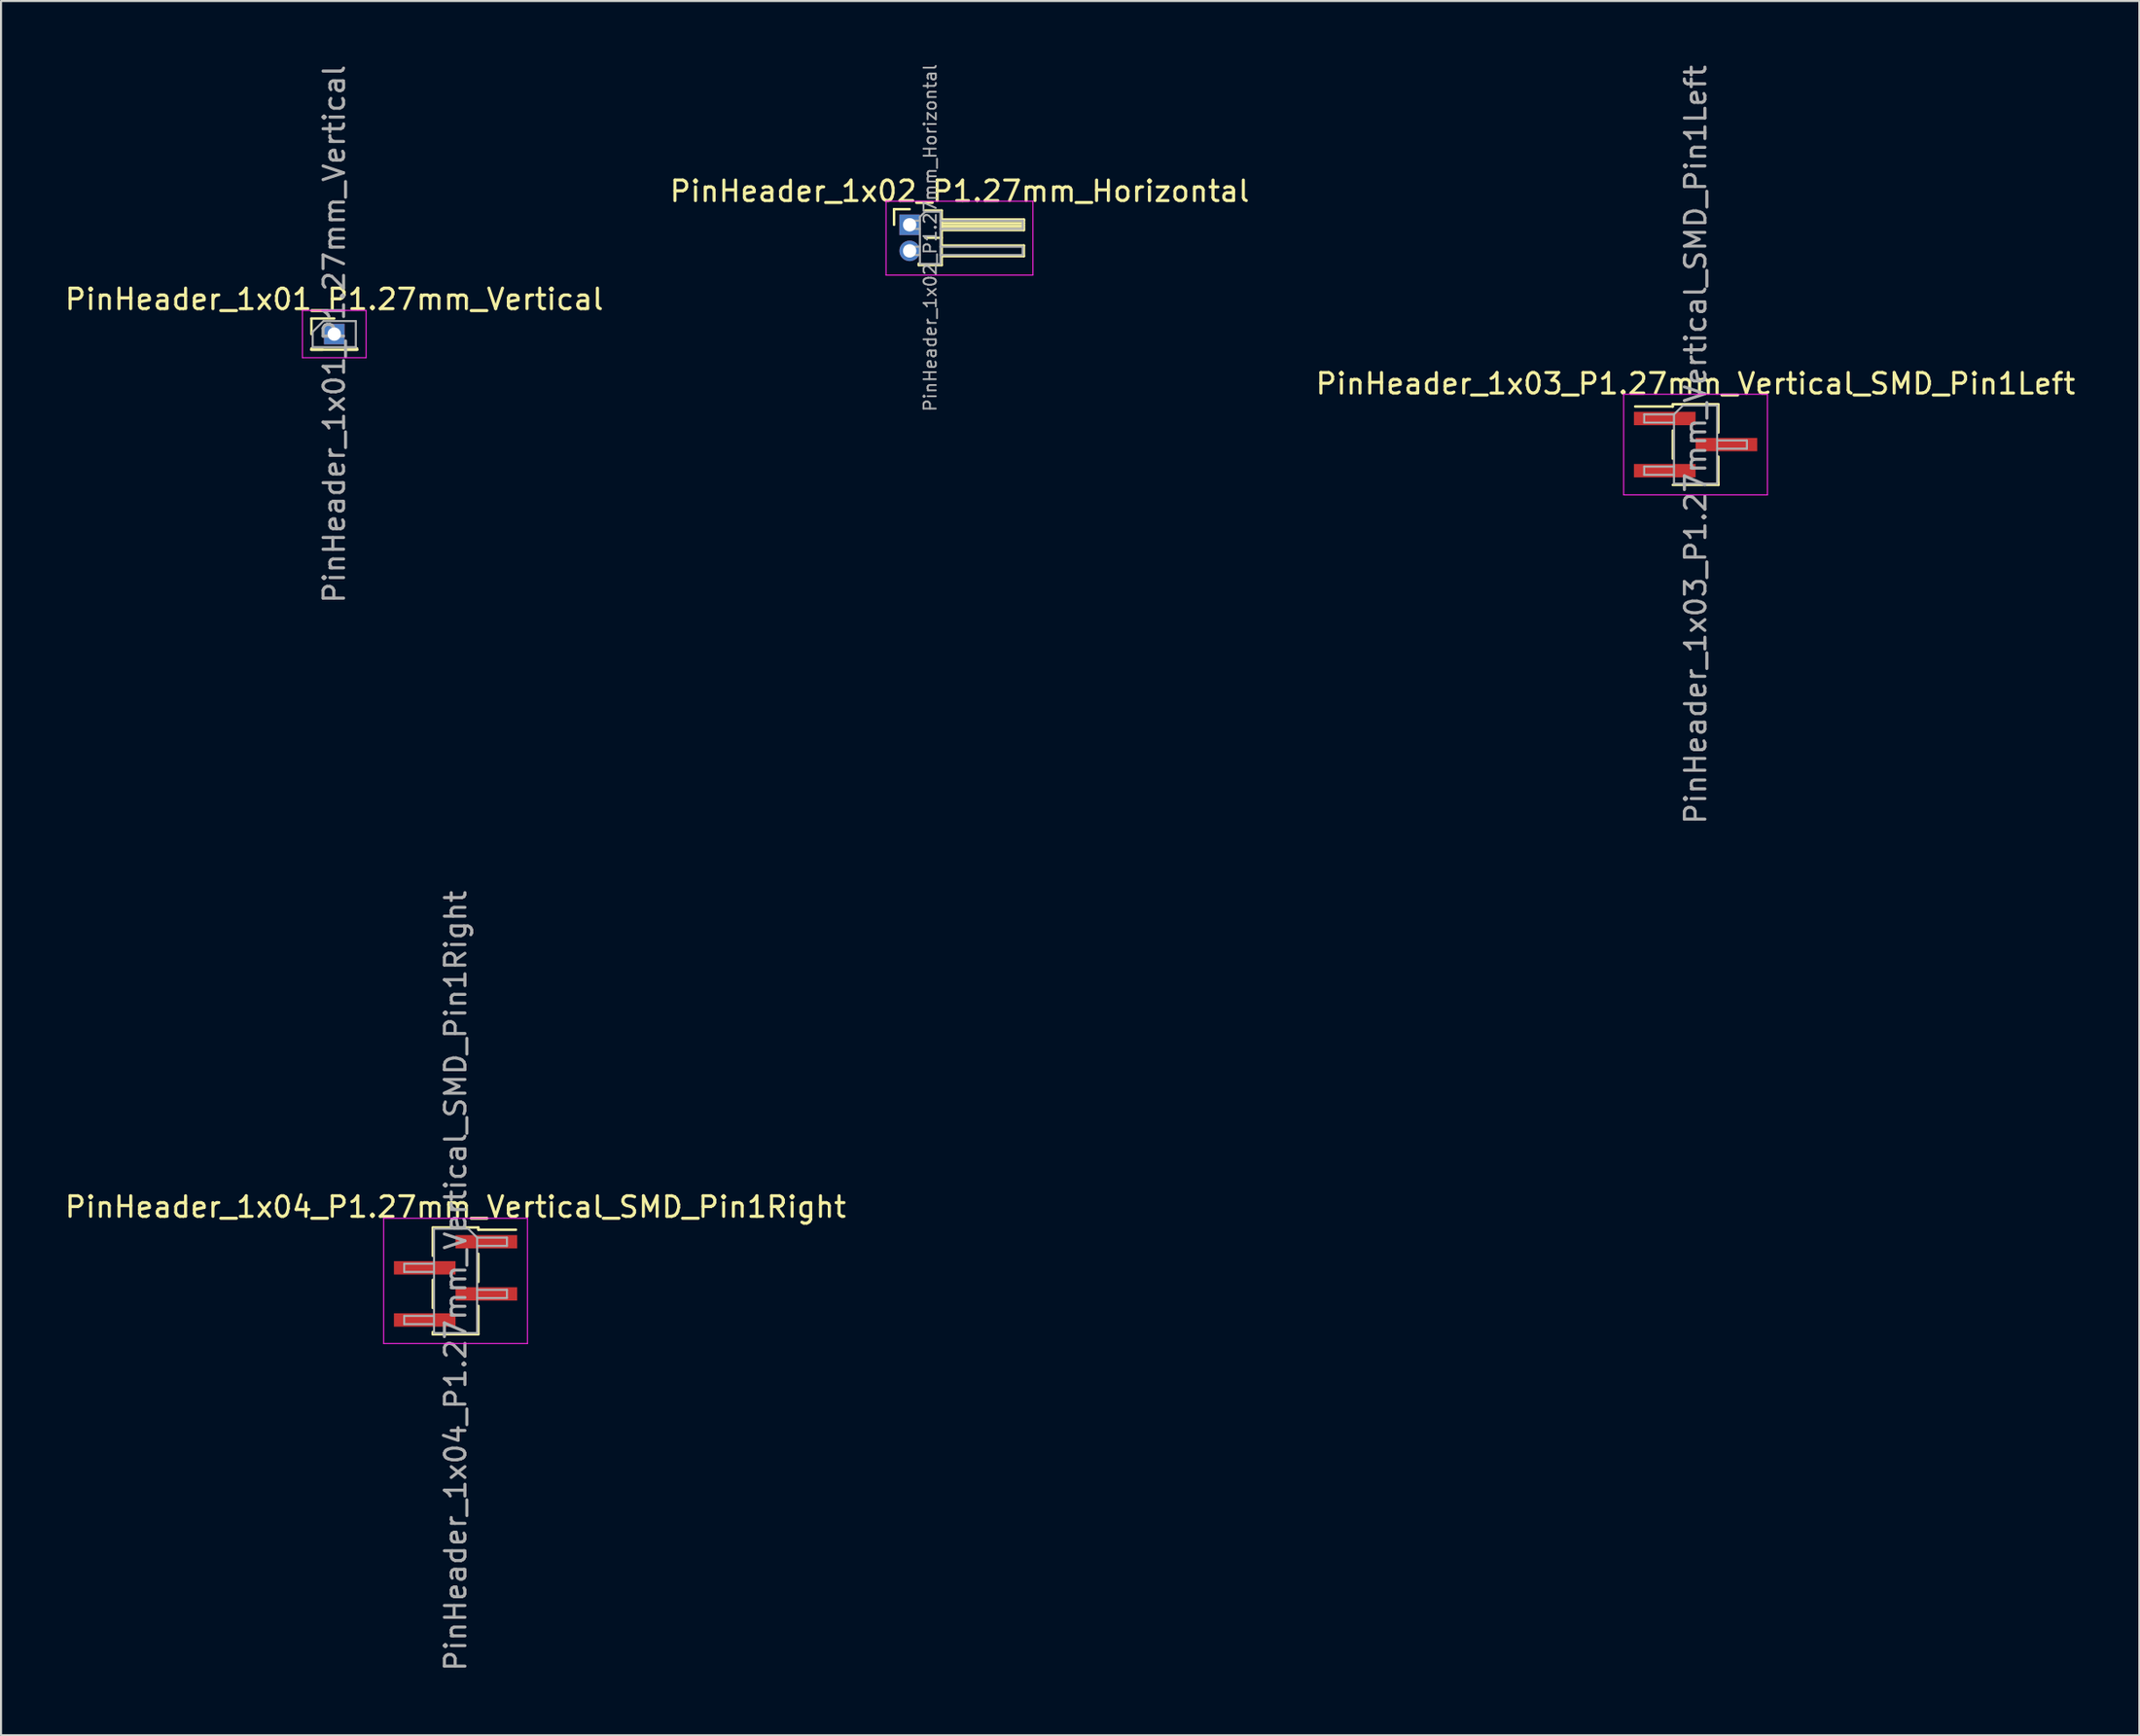
<source format=kicad_pcb>
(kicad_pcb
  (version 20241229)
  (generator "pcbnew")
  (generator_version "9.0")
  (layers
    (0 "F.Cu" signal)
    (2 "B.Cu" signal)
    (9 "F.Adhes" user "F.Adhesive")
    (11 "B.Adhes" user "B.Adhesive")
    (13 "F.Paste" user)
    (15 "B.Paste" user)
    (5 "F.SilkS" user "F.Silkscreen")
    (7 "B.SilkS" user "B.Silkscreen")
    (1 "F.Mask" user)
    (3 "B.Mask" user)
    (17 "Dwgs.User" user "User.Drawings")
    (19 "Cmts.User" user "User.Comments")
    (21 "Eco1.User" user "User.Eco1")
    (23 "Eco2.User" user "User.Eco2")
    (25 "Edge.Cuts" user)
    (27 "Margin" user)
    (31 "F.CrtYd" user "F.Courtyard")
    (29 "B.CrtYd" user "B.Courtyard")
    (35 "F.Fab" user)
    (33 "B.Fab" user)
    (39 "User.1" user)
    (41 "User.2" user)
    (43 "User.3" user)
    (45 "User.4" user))
  (footprint "PinHeader_1x01_P1.27mm_Vertical"
    (layer "F.Cu")
    (at 13.22 13.22)
    (property "Reference" "PinHeader_1x01_P1.27mm_Vertical" (at 0 -1.695 0) (layer "F.SilkS") (effects (font (size 1 1) (thickness 0.15))))
    (attr through_hole)
    (fp_line (start -1.11 -0.76) (end 0 -0.76) (stroke (width 0.12) (type solid)) (layer "F.SilkS"))
    (fp_line (start -1.11 0) (end -1.11 -0.76) (stroke (width 0.12) (type solid)) (layer "F.SilkS"))
    (fp_line (start -1.11 0.76) (end -1.11 0.695) (stroke (width 0.12) (type solid)) (layer "F.SilkS"))
    (fp_line (start -1.11 0.76) (end -0.563 0.76) (stroke (width 0.12) (type solid)) (layer "F.SilkS"))
    (fp_line (start -1.11 0.76) (end 1.11 0.76) (stroke (width 0.12) (type solid)) (layer "F.SilkS"))
    (fp_line (start 0.563 0.76) (end 1.11 0.76) (stroke (width 0.12) (type solid)) (layer "F.SilkS"))
    (fp_line (start 1.11 0.76) (end 1.11 0.695) (stroke (width 0.12) (type solid)) (layer "F.SilkS"))
    (fp_line (start -1.55 -1.15) (end -1.55 1.15) (stroke (width 0.05) (type solid)) (layer "F.CrtYd"))
    (fp_line (start -1.55 1.15) (end 1.55 1.15) (stroke (width 0.05) (type solid)) (layer "F.CrtYd"))
    (fp_line (start 1.55 -1.15) (end -1.55 -1.15) (stroke (width 0.05) (type solid)) (layer "F.CrtYd"))
    (fp_line (start 1.55 1.15) (end 1.55 -1.15) (stroke (width 0.05) (type solid)) (layer "F.CrtYd"))
    (fp_line (start -1.05 -0.11) (end -0.525 -0.635) (stroke (width 0.1) (type solid)) (layer "F.Fab"))
    (fp_line (start -1.05 0.635) (end -1.05 -0.11) (stroke (width 0.1) (type solid)) (layer "F.Fab"))
    (fp_line (start -0.525 -0.635) (end 1.05 -0.635) (stroke (width 0.1) (type solid)) (layer "F.Fab"))
    (fp_line (start 1.05 -0.635) (end 1.05 0.635) (stroke (width 0.1) (type solid)) (layer "F.Fab"))
    (fp_line (start 1.05 0.635) (end -1.05 0.635) (stroke (width 0.1) (type solid)) (layer "F.Fab"))
    (fp_text user "${REFERENCE}" (at 0 0 90) (layer "F.Fab") (effects (font (size 1 1) (thickness 0.15))))
    (pad "1" thru_hole rect (at 0 0) (size 1 1) (drill 0.65) (layers "*.Cu" "*.Mask")))
  (footprint "PinHeader_1x04_P1.27mm_Vertical_SMD_Pin1Right"
    (layer "F.Cu")
    (at 19.125 59.327)
    (property "Reference" "PinHeader_1x04_P1.27mm_Vertical_SMD_Pin1Right" (at 0 -3.6 0) (layer "F.SilkS") (effects (font (size 1 1) (thickness 0.15))))
    (attr smd)
    (fp_line (start -1.11 -2.6) (end 1.11 -2.6) (stroke (width 0.12) (type solid)) (layer "F.SilkS"))
    (fp_line (start -1.11 -2.59) (end -1.11 -1.22) (stroke (width 0.12) (type solid)) (layer "F.SilkS"))
    (fp_line (start -1.11 -0.05) (end -1.11 1.32) (stroke (width 0.12) (type solid)) (layer "F.SilkS"))
    (fp_line (start -1.11 2.49) (end -1.11 2.6) (stroke (width 0.12) (type solid)) (layer "F.SilkS"))
    (fp_line (start -1.11 2.6) (end 1.11 2.6) (stroke (width 0.12) (type solid)) (layer "F.SilkS"))
    (fp_line (start 1.11 -2.6) (end 1.11 -2.49) (stroke (width 0.12) (type solid)) (layer "F.SilkS"))
    (fp_line (start 1.11 -2.49) (end 2.94 -2.49) (stroke (width 0.12) (type solid)) (layer "F.SilkS"))
    (fp_line (start 1.11 -1.32) (end 1.11 0.05) (stroke (width 0.12) (type solid)) (layer "F.SilkS"))
    (fp_line (start 1.11 1.22) (end 1.11 2.59) (stroke (width 0.12) (type solid)) (layer "F.SilkS"))
    (fp_line (start -3.5 -3.05) (end -3.5 3.05) (stroke (width 0.05) (type solid)) (layer "F.CrtYd"))
    (fp_line (start -3.5 3.05) (end 3.5 3.05) (stroke (width 0.05) (type solid)) (layer "F.CrtYd"))
    (fp_line (start 3.5 -3.05) (end -3.5 -3.05) (stroke (width 0.05) (type solid)) (layer "F.CrtYd"))
    (fp_line (start 3.5 3.05) (end 3.5 -3.05) (stroke (width 0.05) (type solid)) (layer "F.CrtYd"))
    (fp_line (start -2.5 -0.835) (end -2.5 -0.435) (stroke (width 0.1) (type solid)) (layer "F.Fab"))
    (fp_line (start -2.5 -0.435) (end -1.05 -0.435) (stroke (width 0.1) (type solid)) (layer "F.Fab"))
    (fp_line (start -2.5 1.705) (end -2.5 2.105) (stroke (width 0.1) (type solid)) (layer "F.Fab"))
    (fp_line (start -2.5 2.105) (end -1.05 2.105) (stroke (width 0.1) (type solid)) (layer "F.Fab"))
    (fp_line (start -1.05 -2.54) (end -1.05 2.54) (stroke (width 0.1) (type solid)) (layer "F.Fab"))
    (fp_line (start -1.05 -2.54) (end 0.615 -2.54) (stroke (width 0.1) (type solid)) (layer "F.Fab"))
    (fp_line (start -1.05 -0.835) (end -2.5 -0.835) (stroke (width 0.1) (type solid)) (layer "F.Fab"))
    (fp_line (start -1.05 1.705) (end -2.5 1.705) (stroke (width 0.1) (type solid)) (layer "F.Fab"))
    (fp_line (start 1.05 -2.105) (end 0.615 -2.54) (stroke (width 0.1) (type solid)) (layer "F.Fab"))
    (fp_line (start 1.05 -2.105) (end 2.5 -2.105) (stroke (width 0.1) (type solid)) (layer "F.Fab"))
    (fp_line (start 1.05 0.435) (end 2.5 0.435) (stroke (width 0.1) (type solid)) (layer "F.Fab"))
    (fp_line (start 1.05 2.54) (end -1.05 2.54) (stroke (width 0.1) (type solid)) (layer "F.Fab"))
    (fp_line (start 1.05 2.54) (end 1.05 -2.105) (stroke (width 0.1) (type solid)) (layer "F.Fab"))
    (fp_line (start 2.5 -2.105) (end 2.5 -1.705) (stroke (width 0.1) (type solid)) (layer "F.Fab"))
    (fp_line (start 2.5 -1.705) (end 1.05 -1.705) (stroke (width 0.1) (type solid)) (layer "F.Fab"))
    (fp_line (start 2.5 0.435) (end 2.5 0.835) (stroke (width 0.1) (type solid)) (layer "F.Fab"))
    (fp_line (start 2.5 0.835) (end 1.05 0.835) (stroke (width 0.1) (type solid)) (layer "F.Fab"))
    (fp_text user "${REFERENCE}" (at 0 0 90) (layer "F.Fab") (effects (font (size 1 1) (thickness 0.15))))
    (pad "1" smd rect (at 1.5 -1.905) (size 3 0.65) (layers "F.Cu" "F.Mask" "F.Paste"))
    (pad "2" smd rect (at -1.5 -0.635) (size 3 0.65) (layers "F.Cu" "F.Mask" "F.Paste"))
    (pad "3" smd rect (at 1.5 0.635) (size 3 0.65) (layers "F.Cu" "F.Mask" "F.Paste"))
    (pad "4" smd rect (at -1.5 1.905) (size 3 0.65) (layers "F.Cu" "F.Mask" "F.Paste")))
  (footprint "PinHeader_1x02_P1.27mm_Horizontal"
    (layer "F.Cu")
    (at 41.228 7.897)
    (property "Reference" "PinHeader_1x02_P1.27mm_Horizontal" (at 2.433 -1.635 0) (layer "F.SilkS") (effects (font (size 1 1) (thickness 0.15))))
    (attr through_hole)
    (fp_line (start -0.76 -0.76) (end 0 -0.76) (stroke (width 0.12) (type solid)) (layer "F.SilkS"))
    (fp_line (start -0.76 0) (end -0.76 -0.76) (stroke (width 0.12) (type solid)) (layer "F.SilkS"))
    (fp_line (start 0.44 1.965) (end 0.44 1.89) (stroke (width 0.12) (type solid)) (layer "F.SilkS"))
    (fp_line (start 0.76 -0.695) (end 1.56 -0.695) (stroke (width 0.12) (type solid)) (layer "F.SilkS"))
    (fp_line (start 0.76 0.635) (end 1.56 0.635) (stroke (width 0.12) (type solid)) (layer "F.SilkS"))
    (fp_line (start 1.56 -0.695) (end 1.56 1.965) (stroke (width 0.12) (type solid)) (layer "F.SilkS"))
    (fp_line (start 1.56 -0.26) (end 5.56 -0.26) (stroke (width 0.12) (type solid)) (layer "F.SilkS"))
    (fp_line (start 1.56 -0.2) (end 5.56 -0.2) (stroke (width 0.12) (type solid)) (layer "F.SilkS"))
    (fp_line (start 1.56 -0.08) (end 5.56 -0.08) (stroke (width 0.12) (type solid)) (layer "F.SilkS"))
    (fp_line (start 1.56 0.04) (end 5.56 0.04) (stroke (width 0.12) (type solid)) (layer "F.SilkS"))
    (fp_line (start 1.56 0.16) (end 5.56 0.16) (stroke (width 0.12) (type solid)) (layer "F.SilkS"))
    (fp_line (start 1.56 1.01) (end 5.56 1.01) (stroke (width 0.12) (type solid)) (layer "F.SilkS"))
    (fp_line (start 1.56 1.965) (end 0.44 1.965) (stroke (width 0.12) (type solid)) (layer "F.SilkS"))
    (fp_line (start 5.56 -0.26) (end 5.56 0.26) (stroke (width 0.12) (type solid)) (layer "F.SilkS"))
    (fp_line (start 5.56 0.26) (end 1.56 0.26) (stroke (width 0.12) (type solid)) (layer "F.SilkS"))
    (fp_line (start 5.56 1.01) (end 5.56 1.53) (stroke (width 0.12) (type solid)) (layer "F.SilkS"))
    (fp_line (start 5.56 1.53) (end 1.56 1.53) (stroke (width 0.12) (type solid)) (layer "F.SilkS"))
    (fp_line (start -1.15 -1.15) (end -1.15 2.45) (stroke (width 0.05) (type solid)) (layer "F.CrtYd"))
    (fp_line (start -1.15 2.45) (end 6 2.45) (stroke (width 0.05) (type solid)) (layer "F.CrtYd"))
    (fp_line (start 6 -1.15) (end -1.15 -1.15) (stroke (width 0.05) (type solid)) (layer "F.CrtYd"))
    (fp_line (start 6 2.45) (end 6 -1.15) (stroke (width 0.05) (type solid)) (layer "F.CrtYd"))
    (fp_line (start -0.2 -0.2) (end -0.2 0.2) (stroke (width 0.1) (type solid)) (layer "F.Fab"))
    (fp_line (start -0.2 -0.2) (end 0.5 -0.2) (stroke (width 0.1) (type solid)) (layer "F.Fab"))
    (fp_line (start -0.2 0.2) (end 0.5 0.2) (stroke (width 0.1) (type solid)) (layer "F.Fab"))
    (fp_line (start -0.2 1.07) (end -0.2 1.47) (stroke (width 0.1) (type solid)) (layer "F.Fab"))
    (fp_line (start -0.2 1.07) (end 0.5 1.07) (stroke (width 0.1) (type solid)) (layer "F.Fab"))
    (fp_line (start -0.2 1.47) (end 0.5 1.47) (stroke (width 0.1) (type solid)) (layer "F.Fab"))
    (fp_line (start 0.5 -0.385) (end 0.75 -0.635) (stroke (width 0.1) (type solid)) (layer "F.Fab"))
    (fp_line (start 0.5 1.905) (end 0.5 -0.385) (stroke (width 0.1) (type solid)) (layer "F.Fab"))
    (fp_line (start 0.75 -0.635) (end 1.5 -0.635) (stroke (width 0.1) (type solid)) (layer "F.Fab"))
    (fp_line (start 1.5 -0.635) (end 1.5 1.905) (stroke (width 0.1) (type solid)) (layer "F.Fab"))
    (fp_line (start 1.5 -0.2) (end 5.5 -0.2) (stroke (width 0.1) (type solid)) (layer "F.Fab"))
    (fp_line (start 1.5 0.2) (end 5.5 0.2) (stroke (width 0.1) (type solid)) (layer "F.Fab"))
    (fp_line (start 1.5 1.07) (end 5.5 1.07) (stroke (width 0.1) (type solid)) (layer "F.Fab"))
    (fp_line (start 1.5 1.47) (end 5.5 1.47) (stroke (width 0.1) (type solid)) (layer "F.Fab"))
    (fp_line (start 1.5 1.905) (end 0.5 1.905) (stroke (width 0.1) (type solid)) (layer "F.Fab"))
    (fp_line (start 5.5 -0.2) (end 5.5 0.2) (stroke (width 0.1) (type solid)) (layer "F.Fab"))
    (fp_line (start 5.5 1.07) (end 5.5 1.47) (stroke (width 0.1) (type solid)) (layer "F.Fab"))
    (fp_text user "${REFERENCE}" (at 1 0.635 90) (layer "F.Fab") (effects (font (size 0.6 0.6) (thickness 0.09))))
    (pad "1" thru_hole rect (at 0 0) (size 1 1) (drill 0.65) (layers "*.Cu" "*.Mask"))
    (pad "2" thru_hole oval (at 0 1.27) (size 1 1) (drill 0.65) (layers "*.Cu" "*.Mask")))
  (footprint "PinHeader_1x03_P1.27mm_Vertical_SMD_Pin1Left"
    (layer "F.Cu")
    (at 79.482 18.601)
    (property "Reference" "PinHeader_1x03_P1.27mm_Vertical_SMD_Pin1Left" (at 0 -2.965 0) (layer "F.SilkS") (effects (font (size 1 1) (thickness 0.15))))
    (attr smd)
    (fp_line (start -1.11 -1.965) (end -1.11 -1.855) (stroke (width 0.12) (type solid)) (layer "F.SilkS"))
    (fp_line (start -1.11 -1.965) (end 1.11 -1.965) (stroke (width 0.12) (type solid)) (layer "F.SilkS"))
    (fp_line (start -1.11 -1.855) (end -2.94 -1.855) (stroke (width 0.12) (type solid)) (layer "F.SilkS"))
    (fp_line (start -1.11 -0.685) (end -1.11 0.685) (stroke (width 0.12) (type solid)) (layer "F.SilkS"))
    (fp_line (start -1.11 1.965) (end 1.11 1.965) (stroke (width 0.12) (type solid)) (layer "F.SilkS"))
    (fp_line (start 1.11 -1.955) (end 1.11 -0.585) (stroke (width 0.12) (type solid)) (layer "F.SilkS"))
    (fp_line (start 1.11 0.585) (end 1.11 1.955) (stroke (width 0.12) (type solid)) (layer "F.SilkS"))
    (fp_line (start 1.11 1.855) (end 1.11 1.965) (stroke (width 0.12) (type solid)) (layer "F.SilkS"))
    (fp_line (start -3.5 -2.45) (end -3.5 2.45) (stroke (width 0.05) (type solid)) (layer "F.CrtYd"))
    (fp_line (start -3.5 2.45) (end 3.5 2.45) (stroke (width 0.05) (type solid)) (layer "F.CrtYd"))
    (fp_line (start 3.5 -2.45) (end -3.5 -2.45) (stroke (width 0.05) (type solid)) (layer "F.CrtYd"))
    (fp_line (start 3.5 2.45) (end 3.5 -2.45) (stroke (width 0.05) (type solid)) (layer "F.CrtYd"))
    (fp_line (start -2.5 -1.47) (end -2.5 -1.07) (stroke (width 0.1) (type solid)) (layer "F.Fab"))
    (fp_line (start -2.5 -1.07) (end -1.05 -1.07) (stroke (width 0.1) (type solid)) (layer "F.Fab"))
    (fp_line (start -2.5 1.07) (end -2.5 1.47) (stroke (width 0.1) (type solid)) (layer "F.Fab"))
    (fp_line (start -2.5 1.47) (end -1.05 1.47) (stroke (width 0.1) (type solid)) (layer "F.Fab"))
    (fp_line (start -1.05 -1.47) (end -2.5 -1.47) (stroke (width 0.1) (type solid)) (layer "F.Fab"))
    (fp_line (start -1.05 -1.47) (end -0.615 -1.905) (stroke (width 0.1) (type solid)) (layer "F.Fab"))
    (fp_line (start -1.05 1.07) (end -2.5 1.07) (stroke (width 0.1) (type solid)) (layer "F.Fab"))
    (fp_line (start -1.05 1.905) (end -1.05 -1.47) (stroke (width 0.1) (type solid)) (layer "F.Fab"))
    (fp_line (start -0.615 -1.905) (end 1.05 -1.905) (stroke (width 0.1) (type solid)) (layer "F.Fab"))
    (fp_line (start 1.05 -1.905) (end 1.05 1.905) (stroke (width 0.1) (type solid)) (layer "F.Fab"))
    (fp_line (start 1.05 -0.2) (end 2.5 -0.2) (stroke (width 0.1) (type solid)) (layer "F.Fab"))
    (fp_line (start 1.05 1.905) (end -1.05 1.905) (stroke (width 0.1) (type solid)) (layer "F.Fab"))
    (fp_line (start 2.5 -0.2) (end 2.5 0.2) (stroke (width 0.1) (type solid)) (layer "F.Fab"))
    (fp_line (start 2.5 0.2) (end 1.05 0.2) (stroke (width 0.1) (type solid)) (layer "F.Fab"))
    (fp_text user "${REFERENCE}" (at 0 0 90) (layer "F.Fab") (effects (font (size 1 1) (thickness 0.15))))
    (pad "1" smd rect (at -1.5 -1.27) (size 3 0.65) (layers "F.Cu" "F.Mask" "F.Paste"))
    (pad "2" smd rect (at 1.5 0) (size 3 0.65) (layers "F.Cu" "F.Mask" "F.Paste"))
    (pad "3" smd rect (at -1.5 1.27) (size 3 0.65) (layers "F.Cu" "F.Mask" "F.Paste")))
  (gr_rect
    (start -3 -3)
    (end 101.083 81.452)
    (stroke (width 0.1) (type default))
    (fill no)
    (layer "Edge.Cuts")))
</source>
